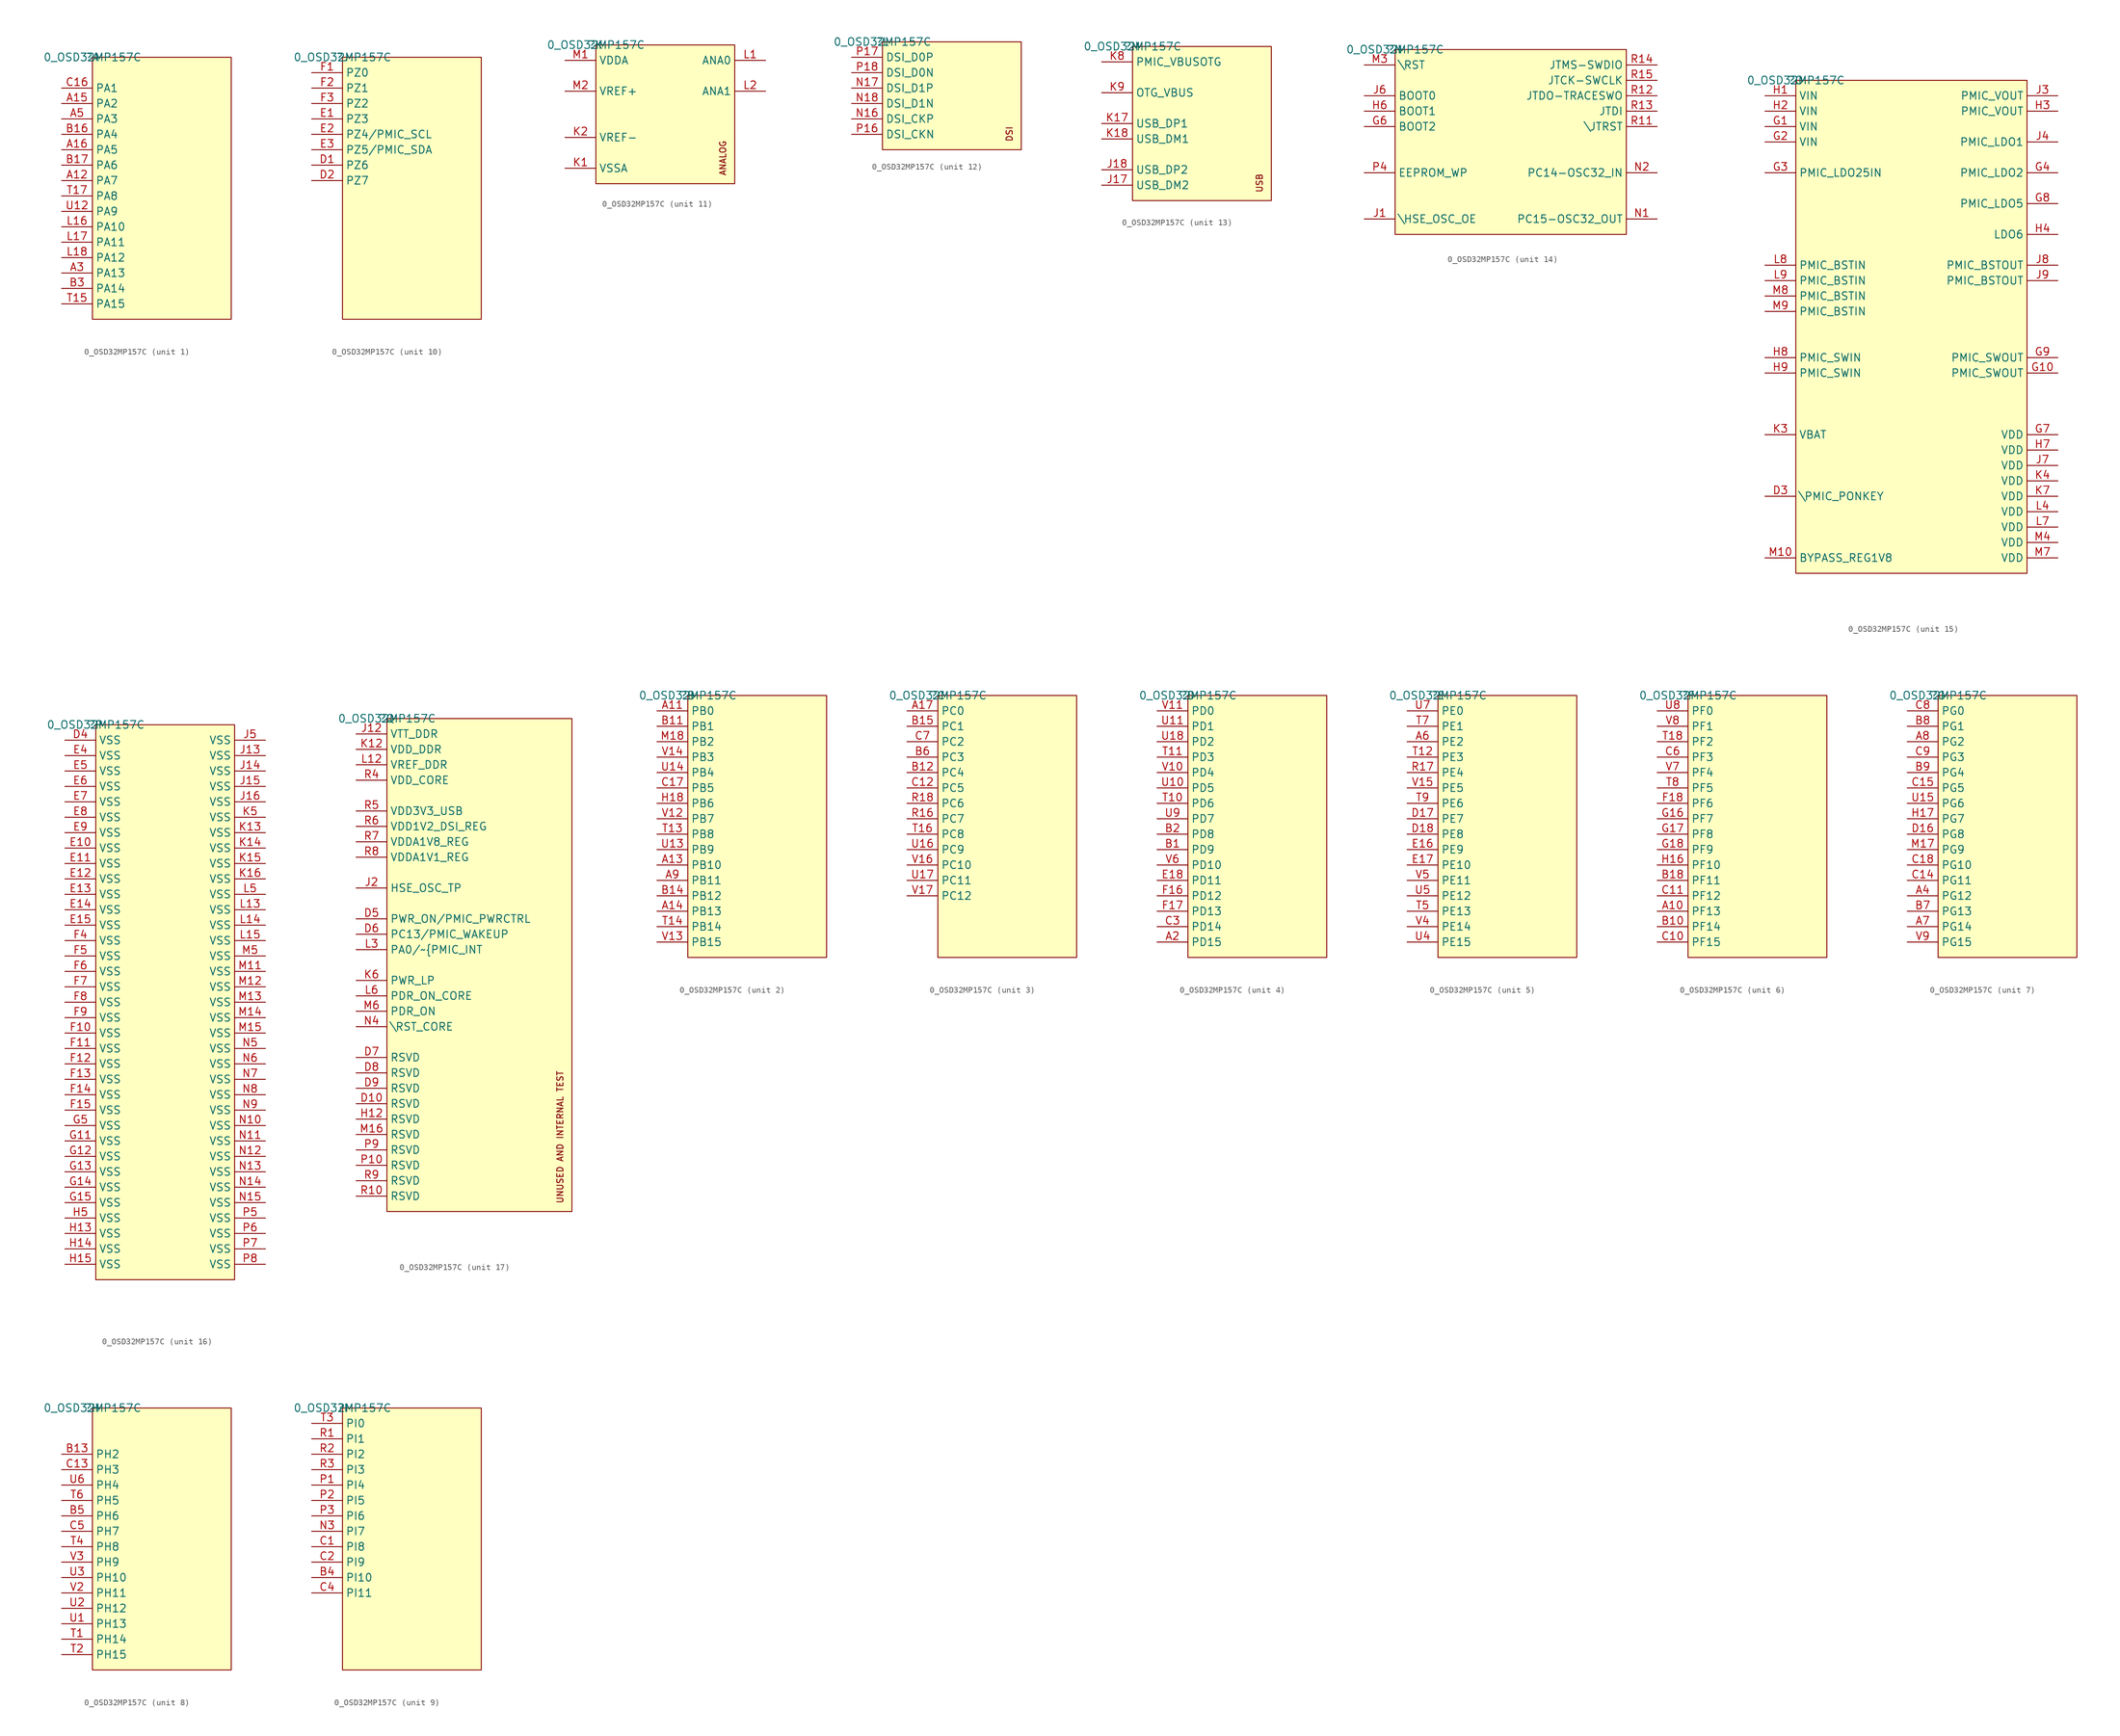
<source format=kicad_sym>
(kicad_symbol_lib
  (version 20210619)
  (generator kicad_symbol_editor)
  (symbol "OSD19001_BREAKOUTS-altium-import:0_OSD32MP157C"
    (property "Reference" ""
      (at 0 0 0)
      (effects (font (size 1.27 1.27))))
    (property "Value" "0_OSD32MP157C"
      (at 0 0 0)
      (effects (font (size 1.27 1.27))))
    (symbol "0_OSD32MP157C_1_0"
      (rectangle (start 22.86 0) (end 0 -43.18) (stroke (width 0)) (fill (type background)))
      (pin bidirectional line (at -5.08 -20.32 0) (length 5.08) (name "PA7" (effects (font (size 1.27 1.27)))) (number "A12" (effects (font (size 1.27 1.27)))))
      (pin bidirectional line (at -5.08 -7.62 0) (length 5.08) (name "PA2" (effects (font (size 1.27 1.27)))) (number "A15" (effects (font (size 1.27 1.27)))))
      (pin bidirectional line (at -5.08 -15.24 0) (length 5.08) (name "PA5" (effects (font (size 1.27 1.27)))) (number "A16" (effects (font (size 1.27 1.27)))))
      (pin bidirectional line (at -5.08 -35.56 0) (length 5.08) (name "PA13" (effects (font (size 1.27 1.27)))) (number "A3" (effects (font (size 1.27 1.27)))))
      (pin bidirectional line (at -5.08 -10.16 0) (length 5.08) (name "PA3" (effects (font (size 1.27 1.27)))) (number "A5" (effects (font (size 1.27 1.27)))))
      (pin bidirectional line (at -5.08 -12.7 0) (length 5.08) (name "PA4" (effects (font (size 1.27 1.27)))) (number "B16" (effects (font (size 1.27 1.27)))))
      (pin bidirectional line (at -5.08 -17.78 0) (length 5.08) (name "PA6" (effects (font (size 1.27 1.27)))) (number "B17" (effects (font (size 1.27 1.27)))))
      (pin bidirectional line (at -5.08 -38.1 0) (length 5.08) (name "PA14" (effects (font (size 1.27 1.27)))) (number "B3" (effects (font (size 1.27 1.27)))))
      (pin bidirectional line (at -5.08 -5.08 0) (length 5.08) (name "PA1" (effects (font (size 1.27 1.27)))) (number "C16" (effects (font (size 1.27 1.27)))))
      (pin bidirectional line (at -5.08 -27.94 0) (length 5.08) (name "PA10" (effects (font (size 1.27 1.27)))) (number "L16" (effects (font (size 1.27 1.27)))))
      (pin bidirectional line (at -5.08 -30.48 0) (length 5.08) (name "PA11" (effects (font (size 1.27 1.27)))) (number "L17" (effects (font (size 1.27 1.27)))))
      (pin bidirectional line (at -5.08 -33.02 0) (length 5.08) (name "PA12" (effects (font (size 1.27 1.27)))) (number "L18" (effects (font (size 1.27 1.27)))))
      (pin bidirectional line (at -5.08 -40.64 0) (length 5.08) (name "PA15" (effects (font (size 1.27 1.27)))) (number "T15" (effects (font (size 1.27 1.27)))))
      (pin bidirectional line (at -5.08 -22.86 0) (length 5.08) (name "PA8" (effects (font (size 1.27 1.27)))) (number "T17" (effects (font (size 1.27 1.27)))))
      (pin bidirectional line (at -5.08 -25.4 0) (length 5.08) (name "PA9" (effects (font (size 1.27 1.27)))) (number "U12" (effects (font (size 1.27 1.27))))))
    (symbol "0_OSD32MP157C_2_0"
      (rectangle (start 22.86 0) (end 0 -43.18) (stroke (width 0)) (fill (type background)))
      (pin bidirectional line (at -5.08 -2.54 0) (length 5.08) (name "PB0" (effects (font (size 1.27 1.27)))) (number "A11" (effects (font (size 1.27 1.27)))))
      (pin bidirectional line (at -5.08 -27.94 0) (length 5.08) (name "PB10" (effects (font (size 1.27 1.27)))) (number "A13" (effects (font (size 1.27 1.27)))))
      (pin bidirectional line (at -5.08 -35.56 0) (length 5.08) (name "PB13" (effects (font (size 1.27 1.27)))) (number "A14" (effects (font (size 1.27 1.27)))))
      (pin bidirectional line (at -5.08 -30.48 0) (length 5.08) (name "PB11" (effects (font (size 1.27 1.27)))) (number "A9" (effects (font (size 1.27 1.27)))))
      (pin bidirectional line (at -5.08 -5.08 0) (length 5.08) (name "PB1" (effects (font (size 1.27 1.27)))) (number "B11" (effects (font (size 1.27 1.27)))))
      (pin bidirectional line (at -5.08 -33.02 0) (length 5.08) (name "PB12" (effects (font (size 1.27 1.27)))) (number "B14" (effects (font (size 1.27 1.27)))))
      (pin bidirectional line (at -5.08 -15.24 0) (length 5.08) (name "PB5" (effects (font (size 1.27 1.27)))) (number "C17" (effects (font (size 1.27 1.27)))))
      (pin bidirectional line (at -5.08 -17.78 0) (length 5.08) (name "PB6" (effects (font (size 1.27 1.27)))) (number "H18" (effects (font (size 1.27 1.27)))))
      (pin bidirectional line (at -5.08 -7.62 0) (length 5.08) (name "PB2" (effects (font (size 1.27 1.27)))) (number "M18" (effects (font (size 1.27 1.27)))))
      (pin bidirectional line (at -5.08 -22.86 0) (length 5.08) (name "PB8" (effects (font (size 1.27 1.27)))) (number "T13" (effects (font (size 1.27 1.27)))))
      (pin bidirectional line (at -5.08 -38.1 0) (length 5.08) (name "PB14" (effects (font (size 1.27 1.27)))) (number "T14" (effects (font (size 1.27 1.27)))))
      (pin bidirectional line (at -5.08 -25.4 0) (length 5.08) (name "PB9" (effects (font (size 1.27 1.27)))) (number "U13" (effects (font (size 1.27 1.27)))))
      (pin bidirectional line (at -5.08 -12.7 0) (length 5.08) (name "PB4" (effects (font (size 1.27 1.27)))) (number "U14" (effects (font (size 1.27 1.27)))))
      (pin bidirectional line (at -5.08 -20.32 0) (length 5.08) (name "PB7" (effects (font (size 1.27 1.27)))) (number "V12" (effects (font (size 1.27 1.27)))))
      (pin bidirectional line (at -5.08 -40.64 0) (length 5.08) (name "PB15" (effects (font (size 1.27 1.27)))) (number "V13" (effects (font (size 1.27 1.27)))))
      (pin bidirectional line (at -5.08 -10.16 0) (length 5.08) (name "PB3" (effects (font (size 1.27 1.27)))) (number "V14" (effects (font (size 1.27 1.27))))))
    (symbol "0_OSD32MP157C_3_0"
      (rectangle (start 22.86 0) (end 0 -43.18) (stroke (width 0)) (fill (type background)))
      (pin bidirectional line (at -5.08 -2.54 0) (length 5.08) (name "PC0" (effects (font (size 1.27 1.27)))) (number "A17" (effects (font (size 1.27 1.27)))))
      (pin bidirectional line (at -5.08 -12.7 0) (length 5.08) (name "PC4" (effects (font (size 1.27 1.27)))) (number "B12" (effects (font (size 1.27 1.27)))))
      (pin bidirectional line (at -5.08 -5.08 0) (length 5.08) (name "PC1" (effects (font (size 1.27 1.27)))) (number "B15" (effects (font (size 1.27 1.27)))))
      (pin bidirectional line (at -5.08 -10.16 0) (length 5.08) (name "PC3" (effects (font (size 1.27 1.27)))) (number "B6" (effects (font (size 1.27 1.27)))))
      (pin bidirectional line (at -5.08 -15.24 0) (length 5.08) (name "PC5" (effects (font (size 1.27 1.27)))) (number "C12" (effects (font (size 1.27 1.27)))))
      (pin bidirectional line (at -5.08 -7.62 0) (length 5.08) (name "PC2" (effects (font (size 1.27 1.27)))) (number "C7" (effects (font (size 1.27 1.27)))))
      (pin bidirectional line (at -5.08 -20.32 0) (length 5.08) (name "PC7" (effects (font (size 1.27 1.27)))) (number "R16" (effects (font (size 1.27 1.27)))))
      (pin bidirectional line (at -5.08 -17.78 0) (length 5.08) (name "PC6" (effects (font (size 1.27 1.27)))) (number "R18" (effects (font (size 1.27 1.27)))))
      (pin bidirectional line (at -5.08 -22.86 0) (length 5.08) (name "PC8" (effects (font (size 1.27 1.27)))) (number "T16" (effects (font (size 1.27 1.27)))))
      (pin bidirectional line (at -5.08 -25.4 0) (length 5.08) (name "PC9" (effects (font (size 1.27 1.27)))) (number "U16" (effects (font (size 1.27 1.27)))))
      (pin bidirectional line (at -5.08 -30.48 0) (length 5.08) (name "PC11" (effects (font (size 1.27 1.27)))) (number "U17" (effects (font (size 1.27 1.27)))))
      (pin bidirectional line (at -5.08 -27.94 0) (length 5.08) (name "PC10" (effects (font (size 1.27 1.27)))) (number "V16" (effects (font (size 1.27 1.27)))))
      (pin bidirectional line (at -5.08 -33.02 0) (length 5.08) (name "PC12" (effects (font (size 1.27 1.27)))) (number "V17" (effects (font (size 1.27 1.27))))))
    (symbol "0_OSD32MP157C_4_0"
      (rectangle (start 22.86 0) (end 0 -43.18) (stroke (width 0)) (fill (type background)))
      (pin bidirectional line (at -5.08 -40.64 0) (length 5.08) (name "PD15" (effects (font (size 1.27 1.27)))) (number "A2" (effects (font (size 1.27 1.27)))))
      (pin bidirectional line (at -5.08 -25.4 0) (length 5.08) (name "PD9" (effects (font (size 1.27 1.27)))) (number "B1" (effects (font (size 1.27 1.27)))))
      (pin bidirectional line (at -5.08 -22.86 0) (length 5.08) (name "PD8" (effects (font (size 1.27 1.27)))) (number "B2" (effects (font (size 1.27 1.27)))))
      (pin bidirectional line (at -5.08 -38.1 0) (length 5.08) (name "PD14" (effects (font (size 1.27 1.27)))) (number "C3" (effects (font (size 1.27 1.27)))))
      (pin bidirectional line (at -5.08 -30.48 0) (length 5.08) (name "PD11" (effects (font (size 1.27 1.27)))) (number "E18" (effects (font (size 1.27 1.27)))))
      (pin bidirectional line (at -5.08 -33.02 0) (length 5.08) (name "PD12" (effects (font (size 1.27 1.27)))) (number "F16" (effects (font (size 1.27 1.27)))))
      (pin bidirectional line (at -5.08 -35.56 0) (length 5.08) (name "PD13" (effects (font (size 1.27 1.27)))) (number "F17" (effects (font (size 1.27 1.27)))))
      (pin bidirectional line (at -5.08 -17.78 0) (length 5.08) (name "PD6" (effects (font (size 1.27 1.27)))) (number "T10" (effects (font (size 1.27 1.27)))))
      (pin bidirectional line (at -5.08 -10.16 0) (length 5.08) (name "PD3" (effects (font (size 1.27 1.27)))) (number "T11" (effects (font (size 1.27 1.27)))))
      (pin bidirectional line (at -5.08 -15.24 0) (length 5.08) (name "PD5" (effects (font (size 1.27 1.27)))) (number "U10" (effects (font (size 1.27 1.27)))))
      (pin bidirectional line (at -5.08 -5.08 0) (length 5.08) (name "PD1" (effects (font (size 1.27 1.27)))) (number "U11" (effects (font (size 1.27 1.27)))))
      (pin bidirectional line (at -5.08 -7.62 0) (length 5.08) (name "PD2" (effects (font (size 1.27 1.27)))) (number "U18" (effects (font (size 1.27 1.27)))))
      (pin bidirectional line (at -5.08 -20.32 0) (length 5.08) (name "PD7" (effects (font (size 1.27 1.27)))) (number "U9" (effects (font (size 1.27 1.27)))))
      (pin bidirectional line (at -5.08 -12.7 0) (length 5.08) (name "PD4" (effects (font (size 1.27 1.27)))) (number "V10" (effects (font (size 1.27 1.27)))))
      (pin bidirectional line (at -5.08 -2.54 0) (length 5.08) (name "PD0" (effects (font (size 1.27 1.27)))) (number "V11" (effects (font (size 1.27 1.27)))))
      (pin bidirectional line (at -5.08 -27.94 0) (length 5.08) (name "PD10" (effects (font (size 1.27 1.27)))) (number "V6" (effects (font (size 1.27 1.27))))))
    (symbol "0_OSD32MP157C_5_0"
      (rectangle (start 22.86 0) (end 0 -43.18) (stroke (width 0)) (fill (type background)))
      (pin bidirectional line (at -5.08 -7.62 0) (length 5.08) (name "PE2" (effects (font (size 1.27 1.27)))) (number "A6" (effects (font (size 1.27 1.27)))))
      (pin bidirectional line (at -5.08 -20.32 0) (length 5.08) (name "PE7" (effects (font (size 1.27 1.27)))) (number "D17" (effects (font (size 1.27 1.27)))))
      (pin bidirectional line (at -5.08 -22.86 0) (length 5.08) (name "PE8" (effects (font (size 1.27 1.27)))) (number "D18" (effects (font (size 1.27 1.27)))))
      (pin bidirectional line (at -5.08 -25.4 0) (length 5.08) (name "PE9" (effects (font (size 1.27 1.27)))) (number "E16" (effects (font (size 1.27 1.27)))))
      (pin bidirectional line (at -5.08 -27.94 0) (length 5.08) (name "PE10" (effects (font (size 1.27 1.27)))) (number "E17" (effects (font (size 1.27 1.27)))))
      (pin bidirectional line (at -5.08 -12.7 0) (length 5.08) (name "PE4" (effects (font (size 1.27 1.27)))) (number "R17" (effects (font (size 1.27 1.27)))))
      (pin bidirectional line (at -5.08 -10.16 0) (length 5.08) (name "PE3" (effects (font (size 1.27 1.27)))) (number "T12" (effects (font (size 1.27 1.27)))))
      (pin bidirectional line (at -5.08 -35.56 0) (length 5.08) (name "PE13" (effects (font (size 1.27 1.27)))) (number "T5" (effects (font (size 1.27 1.27)))))
      (pin bidirectional line (at -5.08 -5.08 0) (length 5.08) (name "PE1" (effects (font (size 1.27 1.27)))) (number "T7" (effects (font (size 1.27 1.27)))))
      (pin bidirectional line (at -5.08 -17.78 0) (length 5.08) (name "PE6" (effects (font (size 1.27 1.27)))) (number "T9" (effects (font (size 1.27 1.27)))))
      (pin bidirectional line (at -5.08 -40.64 0) (length 5.08) (name "PE15" (effects (font (size 1.27 1.27)))) (number "U4" (effects (font (size 1.27 1.27)))))
      (pin bidirectional line (at -5.08 -33.02 0) (length 5.08) (name "PE12" (effects (font (size 1.27 1.27)))) (number "U5" (effects (font (size 1.27 1.27)))))
      (pin bidirectional line (at -5.08 -2.54 0) (length 5.08) (name "PE0" (effects (font (size 1.27 1.27)))) (number "U7" (effects (font (size 1.27 1.27)))))
      (pin bidirectional line (at -5.08 -15.24 0) (length 5.08) (name "PE5" (effects (font (size 1.27 1.27)))) (number "V15" (effects (font (size 1.27 1.27)))))
      (pin bidirectional line (at -5.08 -38.1 0) (length 5.08) (name "PE14" (effects (font (size 1.27 1.27)))) (number "V4" (effects (font (size 1.27 1.27)))))
      (pin bidirectional line (at -5.08 -30.48 0) (length 5.08) (name "PE11" (effects (font (size 1.27 1.27)))) (number "V5" (effects (font (size 1.27 1.27))))))
    (symbol "0_OSD32MP157C_6_0"
      (rectangle (start 22.86 0) (end 0 -43.18) (stroke (width 0)) (fill (type background)))
      (pin bidirectional line (at -5.08 -35.56 0) (length 5.08) (name "PF13" (effects (font (size 1.27 1.27)))) (number "A10" (effects (font (size 1.27 1.27)))))
      (pin bidirectional line (at -5.08 -38.1 0) (length 5.08) (name "PF14" (effects (font (size 1.27 1.27)))) (number "B10" (effects (font (size 1.27 1.27)))))
      (pin bidirectional line (at -5.08 -30.48 0) (length 5.08) (name "PF11" (effects (font (size 1.27 1.27)))) (number "B18" (effects (font (size 1.27 1.27)))))
      (pin bidirectional line (at -5.08 -40.64 0) (length 5.08) (name "PF15" (effects (font (size 1.27 1.27)))) (number "C10" (effects (font (size 1.27 1.27)))))
      (pin bidirectional line (at -5.08 -33.02 0) (length 5.08) (name "PF12" (effects (font (size 1.27 1.27)))) (number "C11" (effects (font (size 1.27 1.27)))))
      (pin bidirectional line (at -5.08 -10.16 0) (length 5.08) (name "PF3" (effects (font (size 1.27 1.27)))) (number "C6" (effects (font (size 1.27 1.27)))))
      (pin bidirectional line (at -5.08 -17.78 0) (length 5.08) (name "PF6" (effects (font (size 1.27 1.27)))) (number "F18" (effects (font (size 1.27 1.27)))))
      (pin bidirectional line (at -5.08 -20.32 0) (length 5.08) (name "PF7" (effects (font (size 1.27 1.27)))) (number "G16" (effects (font (size 1.27 1.27)))))
      (pin bidirectional line (at -5.08 -22.86 0) (length 5.08) (name "PF8" (effects (font (size 1.27 1.27)))) (number "G17" (effects (font (size 1.27 1.27)))))
      (pin bidirectional line (at -5.08 -25.4 0) (length 5.08) (name "PF9" (effects (font (size 1.27 1.27)))) (number "G18" (effects (font (size 1.27 1.27)))))
      (pin bidirectional line (at -5.08 -27.94 0) (length 5.08) (name "PF10" (effects (font (size 1.27 1.27)))) (number "H16" (effects (font (size 1.27 1.27)))))
      (pin bidirectional line (at -5.08 -7.62 0) (length 5.08) (name "PF2" (effects (font (size 1.27 1.27)))) (number "T18" (effects (font (size 1.27 1.27)))))
      (pin bidirectional line (at -5.08 -15.24 0) (length 5.08) (name "PF5" (effects (font (size 1.27 1.27)))) (number "T8" (effects (font (size 1.27 1.27)))))
      (pin bidirectional line (at -5.08 -2.54 0) (length 5.08) (name "PF0" (effects (font (size 1.27 1.27)))) (number "U8" (effects (font (size 1.27 1.27)))))
      (pin bidirectional line (at -5.08 -12.7 0) (length 5.08) (name "PF4" (effects (font (size 1.27 1.27)))) (number "V7" (effects (font (size 1.27 1.27)))))
      (pin bidirectional line (at -5.08 -5.08 0) (length 5.08) (name "PF1" (effects (font (size 1.27 1.27)))) (number "V8" (effects (font (size 1.27 1.27))))))
    (symbol "0_OSD32MP157C_7_0"
      (rectangle (start 22.86 0) (end 0 -43.18) (stroke (width 0)) (fill (type background)))
      (pin bidirectional line (at -5.08 -33.02 0) (length 5.08) (name "PG12" (effects (font (size 1.27 1.27)))) (number "A4" (effects (font (size 1.27 1.27)))))
      (pin bidirectional line (at -5.08 -38.1 0) (length 5.08) (name "PG14" (effects (font (size 1.27 1.27)))) (number "A7" (effects (font (size 1.27 1.27)))))
      (pin bidirectional line (at -5.08 -7.62 0) (length 5.08) (name "PG2" (effects (font (size 1.27 1.27)))) (number "A8" (effects (font (size 1.27 1.27)))))
      (pin bidirectional line (at -5.08 -35.56 0) (length 5.08) (name "PG13" (effects (font (size 1.27 1.27)))) (number "B7" (effects (font (size 1.27 1.27)))))
      (pin bidirectional line (at -5.08 -5.08 0) (length 5.08) (name "PG1" (effects (font (size 1.27 1.27)))) (number "B8" (effects (font (size 1.27 1.27)))))
      (pin bidirectional line (at -5.08 -12.7 0) (length 5.08) (name "PG4" (effects (font (size 1.27 1.27)))) (number "B9" (effects (font (size 1.27 1.27)))))
      (pin bidirectional line (at -5.08 -30.48 0) (length 5.08) (name "PG11" (effects (font (size 1.27 1.27)))) (number "C14" (effects (font (size 1.27 1.27)))))
      (pin bidirectional line (at -5.08 -15.24 0) (length 5.08) (name "PG5" (effects (font (size 1.27 1.27)))) (number "C15" (effects (font (size 1.27 1.27)))))
      (pin bidirectional line (at -5.08 -27.94 0) (length 5.08) (name "PG10" (effects (font (size 1.27 1.27)))) (number "C18" (effects (font (size 1.27 1.27)))))
      (pin bidirectional line (at -5.08 -2.54 0) (length 5.08) (name "PG0" (effects (font (size 1.27 1.27)))) (number "C8" (effects (font (size 1.27 1.27)))))
      (pin bidirectional line (at -5.08 -10.16 0) (length 5.08) (name "PG3" (effects (font (size 1.27 1.27)))) (number "C9" (effects (font (size 1.27 1.27)))))
      (pin bidirectional line (at -5.08 -22.86 0) (length 5.08) (name "PG8" (effects (font (size 1.27 1.27)))) (number "D16" (effects (font (size 1.27 1.27)))))
      (pin bidirectional line (at -5.08 -20.32 0) (length 5.08) (name "PG7" (effects (font (size 1.27 1.27)))) (number "H17" (effects (font (size 1.27 1.27)))))
      (pin bidirectional line (at -5.08 -25.4 0) (length 5.08) (name "PG9" (effects (font (size 1.27 1.27)))) (number "M17" (effects (font (size 1.27 1.27)))))
      (pin bidirectional line (at -5.08 -17.78 0) (length 5.08) (name "PG6" (effects (font (size 1.27 1.27)))) (number "U15" (effects (font (size 1.27 1.27)))))
      (pin bidirectional line (at -5.08 -40.64 0) (length 5.08) (name "PG15" (effects (font (size 1.27 1.27)))) (number "V9" (effects (font (size 1.27 1.27))))))
    (symbol "0_OSD32MP157C_8_0"
      (rectangle (start 22.86 0) (end 0 -43.18) (stroke (width 0)) (fill (type background)))
      (pin bidirectional line (at -5.08 -7.62 0) (length 5.08) (name "PH2" (effects (font (size 1.27 1.27)))) (number "B13" (effects (font (size 1.27 1.27)))))
      (pin bidirectional line (at -5.08 -17.78 0) (length 5.08) (name "PH6" (effects (font (size 1.27 1.27)))) (number "B5" (effects (font (size 1.27 1.27)))))
      (pin bidirectional line (at -5.08 -10.16 0) (length 5.08) (name "PH3" (effects (font (size 1.27 1.27)))) (number "C13" (effects (font (size 1.27 1.27)))))
      (pin bidirectional line (at -5.08 -20.32 0) (length 5.08) (name "PH7" (effects (font (size 1.27 1.27)))) (number "C5" (effects (font (size 1.27 1.27)))))
      (pin bidirectional line (at -5.08 -38.1 0) (length 5.08) (name "PH14" (effects (font (size 1.27 1.27)))) (number "T1" (effects (font (size 1.27 1.27)))))
      (pin bidirectional line (at -5.08 -40.64 0) (length 5.08) (name "PH15" (effects (font (size 1.27 1.27)))) (number "T2" (effects (font (size 1.27 1.27)))))
      (pin bidirectional line (at -5.08 -22.86 0) (length 5.08) (name "PH8" (effects (font (size 1.27 1.27)))) (number "T4" (effects (font (size 1.27 1.27)))))
      (pin bidirectional line (at -5.08 -15.24 0) (length 5.08) (name "PH5" (effects (font (size 1.27 1.27)))) (number "T6" (effects (font (size 1.27 1.27)))))
      (pin bidirectional line (at -5.08 -35.56 0) (length 5.08) (name "PH13" (effects (font (size 1.27 1.27)))) (number "U1" (effects (font (size 1.27 1.27)))))
      (pin bidirectional line (at -5.08 -33.02 0) (length 5.08) (name "PH12" (effects (font (size 1.27 1.27)))) (number "U2" (effects (font (size 1.27 1.27)))))
      (pin bidirectional line (at -5.08 -27.94 0) (length 5.08) (name "PH10" (effects (font (size 1.27 1.27)))) (number "U3" (effects (font (size 1.27 1.27)))))
      (pin bidirectional line (at -5.08 -12.7 0) (length 5.08) (name "PH4" (effects (font (size 1.27 1.27)))) (number "U6" (effects (font (size 1.27 1.27)))))
      (pin bidirectional line (at -5.08 -30.48 0) (length 5.08) (name "PH11" (effects (font (size 1.27 1.27)))) (number "V2" (effects (font (size 1.27 1.27)))))
      (pin bidirectional line (at -5.08 -25.4 0) (length 5.08) (name "PH9" (effects (font (size 1.27 1.27)))) (number "V3" (effects (font (size 1.27 1.27))))))
    (symbol "0_OSD32MP157C_9_0"
      (rectangle (start 22.86 0) (end 0 -43.18) (stroke (width 0)) (fill (type background)))
      (pin bidirectional line (at -5.08 -27.94 0) (length 5.08) (name "PI10" (effects (font (size 1.27 1.27)))) (number "B4" (effects (font (size 1.27 1.27)))))
      (pin bidirectional line (at -5.08 -22.86 0) (length 5.08) (name "PI8" (effects (font (size 1.27 1.27)))) (number "C1" (effects (font (size 1.27 1.27)))))
      (pin bidirectional line (at -5.08 -25.4 0) (length 5.08) (name "PI9" (effects (font (size 1.27 1.27)))) (number "C2" (effects (font (size 1.27 1.27)))))
      (pin bidirectional line (at -5.08 -30.48 0) (length 5.08) (name "PI11" (effects (font (size 1.27 1.27)))) (number "C4" (effects (font (size 1.27 1.27)))))
      (pin bidirectional line (at -5.08 -20.32 0) (length 5.08) (name "PI7" (effects (font (size 1.27 1.27)))) (number "N3" (effects (font (size 1.27 1.27)))))
      (pin bidirectional line (at -5.08 -12.7 0) (length 5.08) (name "PI4" (effects (font (size 1.27 1.27)))) (number "P1" (effects (font (size 1.27 1.27)))))
      (pin bidirectional line (at -5.08 -15.24 0) (length 5.08) (name "PI5" (effects (font (size 1.27 1.27)))) (number "P2" (effects (font (size 1.27 1.27)))))
      (pin bidirectional line (at -5.08 -17.78 0) (length 5.08) (name "PI6" (effects (font (size 1.27 1.27)))) (number "P3" (effects (font (size 1.27 1.27)))))
      (pin bidirectional line (at -5.08 -5.08 0) (length 5.08) (name "PI1" (effects (font (size 1.27 1.27)))) (number "R1" (effects (font (size 1.27 1.27)))))
      (pin bidirectional line (at -5.08 -7.62 0) (length 5.08) (name "PI2" (effects (font (size 1.27 1.27)))) (number "R2" (effects (font (size 1.27 1.27)))))
      (pin bidirectional line (at -5.08 -10.16 0) (length 5.08) (name "PI3" (effects (font (size 1.27 1.27)))) (number "R3" (effects (font (size 1.27 1.27)))))
      (pin bidirectional line (at -5.08 -2.54 0) (length 5.08) (name "PI0" (effects (font (size 1.27 1.27)))) (number "T3" (effects (font (size 1.27 1.27))))))
    (symbol "0_OSD32MP157C_10_0"
      (rectangle (start 22.86 0) (end 0 -43.18) (stroke (width 0)) (fill (type background)))
      (pin bidirectional line (at -5.08 -17.78 0) (length 5.08) (name "PZ6" (effects (font (size 1.27 1.27)))) (number "D1" (effects (font (size 1.27 1.27)))))
      (pin bidirectional line (at -5.08 -20.32 0) (length 5.08) (name "PZ7" (effects (font (size 1.27 1.27)))) (number "D2" (effects (font (size 1.27 1.27)))))
      (pin bidirectional line (at -5.08 -10.16 0) (length 5.08) (name "PZ3" (effects (font (size 1.27 1.27)))) (number "E1" (effects (font (size 1.27 1.27)))))
      (pin bidirectional line (at -5.08 -12.7 0) (length 5.08) (name "PZ4/PMIC_SCL" (effects (font (size 1.27 1.27)))) (number "E2" (effects (font (size 1.27 1.27)))))
      (pin bidirectional line (at -5.08 -15.24 0) (length 5.08) (name "PZ5/PMIC_SDA" (effects (font (size 1.27 1.27)))) (number "E3" (effects (font (size 1.27 1.27)))))
      (pin bidirectional line (at -5.08 -2.54 0) (length 5.08) (name "PZ0" (effects (font (size 1.27 1.27)))) (number "F1" (effects (font (size 1.27 1.27)))))
      (pin bidirectional line (at -5.08 -5.08 0) (length 5.08) (name "PZ1" (effects (font (size 1.27 1.27)))) (number "F2" (effects (font (size 1.27 1.27)))))
      (pin bidirectional line (at -5.08 -7.62 0) (length 5.08) (name "PZ2" (effects (font (size 1.27 1.27)))) (number "F3" (effects (font (size 1.27 1.27))))))
    (symbol "0_OSD32MP157C_11_0"
      (text "ANALOG" (at 20.32 -21.59 900) (effects (font (size 1.016 1.016)) (justify left top)))
      (rectangle (start 22.86 0) (end 0 -22.86) (stroke (width 0)) (fill (type background)))
      (pin passive line (at -5.08 -20.32 0) (length 5.08) (name "VSSA" (effects (font (size 1.27 1.27)))) (number "K1" (effects (font (size 1.27 1.27)))))
      (pin passive line (at -5.08 -15.24 0) (length 5.08) (name "VREF-" (effects (font (size 1.27 1.27)))) (number "K2" (effects (font (size 1.27 1.27)))))
      (pin input line (at 27.94 -2.54 180) (length 5.08) (name "ANA0" (effects (font (size 1.27 1.27)))) (number "L1" (effects (font (size 1.27 1.27)))))
      (pin input line (at 27.94 -7.62 180) (length 5.08) (name "ANA1" (effects (font (size 1.27 1.27)))) (number "L2" (effects (font (size 1.27 1.27)))))
      (pin passive line (at -5.08 -2.54 0) (length 5.08) (name "VDDA" (effects (font (size 1.27 1.27)))) (number "M1" (effects (font (size 1.27 1.27)))))
      (pin passive line (at -5.08 -7.62 0) (length 5.08) (name "VREF+" (effects (font (size 1.27 1.27)))) (number "M2" (effects (font (size 1.27 1.27))))))
    (symbol "0_OSD32MP157C_12_0"
      (text "DSI" (at 20.32 -16.51 900) (effects (font (size 1.016 1.016)) (justify left top)))
      (rectangle (start 22.86 0) (end 0 -17.78) (stroke (width 0)) (fill (type background)))
      (pin output line (at -5.08 -12.7 0) (length 5.08) (name "DSI_CKP" (effects (font (size 1.27 1.27)))) (number "N16" (effects (font (size 1.27 1.27)))))
      (pin output line (at -5.08 -7.62 0) (length 5.08) (name "DSI_D1P" (effects (font (size 1.27 1.27)))) (number "N17" (effects (font (size 1.27 1.27)))))
      (pin output line (at -5.08 -10.16 0) (length 5.08) (name "DSI_D1N" (effects (font (size 1.27 1.27)))) (number "N18" (effects (font (size 1.27 1.27)))))
      (pin output line (at -5.08 -15.24 0) (length 5.08) (name "DSI_CKN" (effects (font (size 1.27 1.27)))) (number "P16" (effects (font (size 1.27 1.27)))))
      (pin output line (at -5.08 -2.54 0) (length 5.08) (name "DSI_D0P" (effects (font (size 1.27 1.27)))) (number "P17" (effects (font (size 1.27 1.27)))))
      (pin output line (at -5.08 -5.08 0) (length 5.08) (name "DSI_D0N" (effects (font (size 1.27 1.27)))) (number "P18" (effects (font (size 1.27 1.27))))))
    (symbol "0_OSD32MP157C_13_0"
      (text "USB" (at 20.32 -24.13 900) (effects (font (size 1.016 1.016)) (justify left top)))
      (rectangle (start 22.86 0) (end 0 -25.4) (stroke (width 0)) (fill (type background)))
      (pin bidirectional line (at -5.08 -22.86 0) (length 5.08) (name "USB_DM2" (effects (font (size 1.27 1.27)))) (number "J17" (effects (font (size 1.27 1.27)))))
      (pin bidirectional line (at -5.08 -20.32 0) (length 5.08) (name "USB_DP2" (effects (font (size 1.27 1.27)))) (number "J18" (effects (font (size 1.27 1.27)))))
      (pin bidirectional line (at -5.08 -12.7 0) (length 5.08) (name "USB_DP1" (effects (font (size 1.27 1.27)))) (number "K17" (effects (font (size 1.27 1.27)))))
      (pin bidirectional line (at -5.08 -15.24 0) (length 5.08) (name "USB_DM1" (effects (font (size 1.27 1.27)))) (number "K18" (effects (font (size 1.27 1.27)))))
      (pin passive line (at -5.08 -2.54 0) (length 5.08) (name "PMIC_VBUSOTG" (effects (font (size 1.27 1.27)))) (number "K8" (effects (font (size 1.27 1.27)))))
      (pin passive line (at -5.08 -7.62 0) (length 5.08) (name "OTG_VBUS" (effects (font (size 1.27 1.27)))) (number "K9" (effects (font (size 1.27 1.27))))))
    (symbol "0_OSD32MP157C_14_0"
      (rectangle (start 38.1 0) (end 0 -30.48) (stroke (width 0)) (fill (type background)))
      (pin input line (at -5.08 -12.7 0) (length 5.08) (name "BOOT2" (effects (font (size 1.27 1.27)))) (number "G6" (effects (font (size 1.27 1.27)))))
      (pin input line (at -5.08 -10.16 0) (length 5.08) (name "BOOT1" (effects (font (size 1.27 1.27)))) (number "H6" (effects (font (size 1.27 1.27)))))
      (pin input line (at -5.08 -27.94 0) (length 5.08) (name "\\HSE_OSC_OE" (effects (font (size 1.27 1.27)))) (number "J1" (effects (font (size 1.27 1.27)))))
      (pin input line (at -5.08 -7.62 0) (length 5.08) (name "BOOT0" (effects (font (size 1.27 1.27)))) (number "J6" (effects (font (size 1.27 1.27)))))
      (pin bidirectional line (at -5.08 -2.54 0) (length 5.08) (name "\\RST" (effects (font (size 1.27 1.27)))) (number "M3" (effects (font (size 1.27 1.27)))))
      (pin passive line (at 43.18 -27.94 180) (length 5.08) (name "PC15-OSC32_OUT" (effects (font (size 1.27 1.27)))) (number "N1" (effects (font (size 1.27 1.27)))))
      (pin passive line (at 43.18 -20.32 180) (length 5.08) (name "PC14-OSC32_IN" (effects (font (size 1.27 1.27)))) (number "N2" (effects (font (size 1.27 1.27)))))
      (pin input line (at -5.08 -20.32 0) (length 5.08) (name "EEPROM_WP" (effects (font (size 1.27 1.27)))) (number "P4" (effects (font (size 1.27 1.27)))))
      (pin input line (at 43.18 -12.7 180) (length 5.08) (name "\\JTRST" (effects (font (size 1.27 1.27)))) (number "R11" (effects (font (size 1.27 1.27)))))
      (pin output line (at 43.18 -7.62 180) (length 5.08) (name "JTDO-TRACESWO" (effects (font (size 1.27 1.27)))) (number "R12" (effects (font (size 1.27 1.27)))))
      (pin input line (at 43.18 -10.16 180) (length 5.08) (name "JTDI" (effects (font (size 1.27 1.27)))) (number "R13" (effects (font (size 1.27 1.27)))))
      (pin bidirectional line (at 43.18 -2.54 180) (length 5.08) (name "JTMS-SWDIO" (effects (font (size 1.27 1.27)))) (number "R14" (effects (font (size 1.27 1.27)))))
      (pin input line (at 43.18 -5.08 180) (length 5.08) (name "JTCK-SWCLK" (effects (font (size 1.27 1.27)))) (number "R15" (effects (font (size 1.27 1.27))))))
    (symbol "0_OSD32MP157C_15_0"
      (rectangle (start 38.1 0) (end 0 -81.28) (stroke (width 0)) (fill (type background)))
      (pin input line (at -5.08 -68.58 0) (length 5.08) (name "\\PMIC_PONKEY" (effects (font (size 1.27 1.27)))) (number "D3" (effects (font (size 1.27 1.27)))))
      (pin power_in line (at -5.08 -7.62 0) (length 5.08) (name "VIN" (effects (font (size 1.27 1.27)))) (number "G1" (effects (font (size 1.27 1.27)))))
      (pin passive line (at 43.18 -48.26 180) (length 5.08) (name "PMIC_SWOUT" (effects (font (size 1.27 1.27)))) (number "G10" (effects (font (size 1.27 1.27)))))
      (pin power_in line (at -5.08 -10.16 0) (length 5.08) (name "VIN" (effects (font (size 1.27 1.27)))) (number "G2" (effects (font (size 1.27 1.27)))))
      (pin power_in line (at -5.08 -15.24 0) (length 5.08) (name "PMIC_LDO25IN" (effects (font (size 1.27 1.27)))) (number "G3" (effects (font (size 1.27 1.27)))))
      (pin passive line (at 43.18 -15.24 180) (length 5.08) (name "PMIC_LDO2" (effects (font (size 1.27 1.27)))) (number "G4" (effects (font (size 1.27 1.27)))))
      (pin passive line (at 43.18 -58.42 180) (length 5.08) (name "VDD" (effects (font (size 1.27 1.27)))) (number "G7" (effects (font (size 1.27 1.27)))))
      (pin passive line (at 43.18 -20.32 180) (length 5.08) (name "PMIC_LDO5" (effects (font (size 1.27 1.27)))) (number "G8" (effects (font (size 1.27 1.27)))))
      (pin passive line (at 43.18 -45.72 180) (length 5.08) (name "PMIC_SWOUT" (effects (font (size 1.27 1.27)))) (number "G9" (effects (font (size 1.27 1.27)))))
      (pin power_in line (at -5.08 -2.54 0) (length 5.08) (name "VIN" (effects (font (size 1.27 1.27)))) (number "H1" (effects (font (size 1.27 1.27)))))
      (pin power_in line (at -5.08 -5.08 0) (length 5.08) (name "VIN" (effects (font (size 1.27 1.27)))) (number "H2" (effects (font (size 1.27 1.27)))))
      (pin passive line (at 43.18 -5.08 180) (length 5.08) (name "PMIC_VOUT" (effects (font (size 1.27 1.27)))) (number "H3" (effects (font (size 1.27 1.27)))))
      (pin passive line (at 43.18 -25.4 180) (length 5.08) (name "LDO6" (effects (font (size 1.27 1.27)))) (number "H4" (effects (font (size 1.27 1.27)))))
      (pin passive line (at 43.18 -60.96 180) (length 5.08) (name "VDD" (effects (font (size 1.27 1.27)))) (number "H7" (effects (font (size 1.27 1.27)))))
      (pin passive line (at -5.08 -45.72 0) (length 5.08) (name "PMIC_SWIN" (effects (font (size 1.27 1.27)))) (number "H8" (effects (font (size 1.27 1.27)))))
      (pin passive line (at -5.08 -48.26 0) (length 5.08) (name "PMIC_SWIN" (effects (font (size 1.27 1.27)))) (number "H9" (effects (font (size 1.27 1.27)))))
      (pin passive line (at 43.18 -2.54 180) (length 5.08) (name "PMIC_VOUT" (effects (font (size 1.27 1.27)))) (number "J3" (effects (font (size 1.27 1.27)))))
      (pin passive line (at 43.18 -10.16 180) (length 5.08) (name "PMIC_LDO1" (effects (font (size 1.27 1.27)))) (number "J4" (effects (font (size 1.27 1.27)))))
      (pin passive line (at 43.18 -63.5 180) (length 5.08) (name "VDD" (effects (font (size 1.27 1.27)))) (number "J7" (effects (font (size 1.27 1.27)))))
      (pin passive line (at 43.18 -30.48 180) (length 5.08) (name "PMIC_BSTOUT" (effects (font (size 1.27 1.27)))) (number "J8" (effects (font (size 1.27 1.27)))))
      (pin passive line (at 43.18 -33.02 180) (length 5.08) (name "PMIC_BSTOUT" (effects (font (size 1.27 1.27)))) (number "J9" (effects (font (size 1.27 1.27)))))
      (pin power_in line (at -5.08 -58.42 0) (length 5.08) (name "VBAT" (effects (font (size 1.27 1.27)))) (number "K3" (effects (font (size 1.27 1.27)))))
      (pin passive line (at 43.18 -66.04 180) (length 5.08) (name "VDD" (effects (font (size 1.27 1.27)))) (number "K4" (effects (font (size 1.27 1.27)))))
      (pin passive line (at 43.18 -68.58 180) (length 5.08) (name "VDD" (effects (font (size 1.27 1.27)))) (number "K7" (effects (font (size 1.27 1.27)))))
      (pin passive line (at 43.18 -71.12 180) (length 5.08) (name "VDD" (effects (font (size 1.27 1.27)))) (number "L4" (effects (font (size 1.27 1.27)))))
      (pin passive line (at 43.18 -73.66 180) (length 5.08) (name "VDD" (effects (font (size 1.27 1.27)))) (number "L7" (effects (font (size 1.27 1.27)))))
      (pin power_in line (at -5.08 -30.48 0) (length 5.08) (name "PMIC_BSTIN" (effects (font (size 1.27 1.27)))) (number "L8" (effects (font (size 1.27 1.27)))))
      (pin power_in line (at -5.08 -33.02 0) (length 5.08) (name "PMIC_BSTIN" (effects (font (size 1.27 1.27)))) (number "L9" (effects (font (size 1.27 1.27)))))
      (pin input line (at -5.08 -78.74 0) (length 5.08) (name "BYPASS_REG1V8" (effects (font (size 1.27 1.27)))) (number "M10" (effects (font (size 1.27 1.27)))))
      (pin passive line (at 43.18 -76.2 180) (length 5.08) (name "VDD" (effects (font (size 1.27 1.27)))) (number "M4" (effects (font (size 1.27 1.27)))))
      (pin passive line (at 43.18 -78.74 180) (length 5.08) (name "VDD" (effects (font (size 1.27 1.27)))) (number "M7" (effects (font (size 1.27 1.27)))))
      (pin power_in line (at -5.08 -35.56 0) (length 5.08) (name "PMIC_BSTIN" (effects (font (size 1.27 1.27)))) (number "M8" (effects (font (size 1.27 1.27)))))
      (pin power_in line (at -5.08 -38.1 0) (length 5.08) (name "PMIC_BSTIN" (effects (font (size 1.27 1.27)))) (number "M9" (effects (font (size 1.27 1.27))))))
    (symbol "0_OSD32MP157C_16_0"
      (rectangle (start 22.86 0) (end 0 -91.44) (stroke (width 0)) (fill (type background)))
      (pin power_in line (at -5.08 -2.54 0) (length 5.08) (name "VSS" (effects (font (size 1.27 1.27)))) (number "D4" (effects (font (size 1.27 1.27)))))
      (pin power_in line (at -5.08 -20.32 0) (length 5.08) (name "VSS" (effects (font (size 1.27 1.27)))) (number "E10" (effects (font (size 1.27 1.27)))))
      (pin power_in line (at -5.08 -22.86 0) (length 5.08) (name "VSS" (effects (font (size 1.27 1.27)))) (number "E11" (effects (font (size 1.27 1.27)))))
      (pin power_in line (at -5.08 -25.4 0) (length 5.08) (name "VSS" (effects (font (size 1.27 1.27)))) (number "E12" (effects (font (size 1.27 1.27)))))
      (pin power_in line (at -5.08 -27.94 0) (length 5.08) (name "VSS" (effects (font (size 1.27 1.27)))) (number "E13" (effects (font (size 1.27 1.27)))))
      (pin power_in line (at -5.08 -30.48 0) (length 5.08) (name "VSS" (effects (font (size 1.27 1.27)))) (number "E14" (effects (font (size 1.27 1.27)))))
      (pin power_in line (at -5.08 -33.02 0) (length 5.08) (name "VSS" (effects (font (size 1.27 1.27)))) (number "E15" (effects (font (size 1.27 1.27)))))
      (pin power_in line (at -5.08 -5.08 0) (length 5.08) (name "VSS" (effects (font (size 1.27 1.27)))) (number "E4" (effects (font (size 1.27 1.27)))))
      (pin power_in line (at -5.08 -7.62 0) (length 5.08) (name "VSS" (effects (font (size 1.27 1.27)))) (number "E5" (effects (font (size 1.27 1.27)))))
      (pin power_in line (at -5.08 -10.16 0) (length 5.08) (name "VSS" (effects (font (size 1.27 1.27)))) (number "E6" (effects (font (size 1.27 1.27)))))
      (pin power_in line (at -5.08 -12.7 0) (length 5.08) (name "VSS" (effects (font (size 1.27 1.27)))) (number "E7" (effects (font (size 1.27 1.27)))))
      (pin power_in line (at -5.08 -15.24 0) (length 5.08) (name "VSS" (effects (font (size 1.27 1.27)))) (number "E8" (effects (font (size 1.27 1.27)))))
      (pin power_in line (at -5.08 -17.78 0) (length 5.08) (name "VSS" (effects (font (size 1.27 1.27)))) (number "E9" (effects (font (size 1.27 1.27)))))
      (pin power_in line (at -5.08 -50.8 0) (length 5.08) (name "VSS" (effects (font (size 1.27 1.27)))) (number "F10" (effects (font (size 1.27 1.27)))))
      (pin power_in line (at -5.08 -53.34 0) (length 5.08) (name "VSS" (effects (font (size 1.27 1.27)))) (number "F11" (effects (font (size 1.27 1.27)))))
      (pin power_in line (at -5.08 -55.88 0) (length 5.08) (name "VSS" (effects (font (size 1.27 1.27)))) (number "F12" (effects (font (size 1.27 1.27)))))
      (pin power_in line (at -5.08 -58.42 0) (length 5.08) (name "VSS" (effects (font (size 1.27 1.27)))) (number "F13" (effects (font (size 1.27 1.27)))))
      (pin power_in line (at -5.08 -60.96 0) (length 5.08) (name "VSS" (effects (font (size 1.27 1.27)))) (number "F14" (effects (font (size 1.27 1.27)))))
      (pin power_in line (at -5.08 -63.5 0) (length 5.08) (name "VSS" (effects (font (size 1.27 1.27)))) (number "F15" (effects (font (size 1.27 1.27)))))
      (pin power_in line (at -5.08 -35.56 0) (length 5.08) (name "VSS" (effects (font (size 1.27 1.27)))) (number "F4" (effects (font (size 1.27 1.27)))))
      (pin power_in line (at -5.08 -38.1 0) (length 5.08) (name "VSS" (effects (font (size 1.27 1.27)))) (number "F5" (effects (font (size 1.27 1.27)))))
      (pin power_in line (at -5.08 -40.64 0) (length 5.08) (name "VSS" (effects (font (size 1.27 1.27)))) (number "F6" (effects (font (size 1.27 1.27)))))
      (pin power_in line (at -5.08 -43.18 0) (length 5.08) (name "VSS" (effects (font (size 1.27 1.27)))) (number "F7" (effects (font (size 1.27 1.27)))))
      (pin power_in line (at -5.08 -45.72 0) (length 5.08) (name "VSS" (effects (font (size 1.27 1.27)))) (number "F8" (effects (font (size 1.27 1.27)))))
      (pin power_in line (at -5.08 -48.26 0) (length 5.08) (name "VSS" (effects (font (size 1.27 1.27)))) (number "F9" (effects (font (size 1.27 1.27)))))
      (pin power_in line (at -5.08 -68.58 0) (length 5.08) (name "VSS" (effects (font (size 1.27 1.27)))) (number "G11" (effects (font (size 1.27 1.27)))))
      (pin power_in line (at -5.08 -71.12 0) (length 5.08) (name "VSS" (effects (font (size 1.27 1.27)))) (number "G12" (effects (font (size 1.27 1.27)))))
      (pin power_in line (at -5.08 -73.66 0) (length 5.08) (name "VSS" (effects (font (size 1.27 1.27)))) (number "G13" (effects (font (size 1.27 1.27)))))
      (pin power_in line (at -5.08 -76.2 0) (length 5.08) (name "VSS" (effects (font (size 1.27 1.27)))) (number "G14" (effects (font (size 1.27 1.27)))))
      (pin power_in line (at -5.08 -78.74 0) (length 5.08) (name "VSS" (effects (font (size 1.27 1.27)))) (number "G15" (effects (font (size 1.27 1.27)))))
      (pin power_in line (at -5.08 -66.04 0) (length 5.08) (name "VSS" (effects (font (size 1.27 1.27)))) (number "G5" (effects (font (size 1.27 1.27)))))
      (pin power_in line (at -5.08 -83.82 0) (length 5.08) (name "VSS" (effects (font (size 1.27 1.27)))) (number "H13" (effects (font (size 1.27 1.27)))))
      (pin power_in line (at -5.08 -86.36 0) (length 5.08) (name "VSS" (effects (font (size 1.27 1.27)))) (number "H14" (effects (font (size 1.27 1.27)))))
      (pin power_in line (at -5.08 -88.9 0) (length 5.08) (name "VSS" (effects (font (size 1.27 1.27)))) (number "H15" (effects (font (size 1.27 1.27)))))
      (pin power_in line (at -5.08 -81.28 0) (length 5.08) (name "VSS" (effects (font (size 1.27 1.27)))) (number "H5" (effects (font (size 1.27 1.27)))))
      (pin power_in line (at 27.94 -5.08 180) (length 5.08) (name "VSS" (effects (font (size 1.27 1.27)))) (number "J13" (effects (font (size 1.27 1.27)))))
      (pin power_in line (at 27.94 -7.62 180) (length 5.08) (name "VSS" (effects (font (size 1.27 1.27)))) (number "J14" (effects (font (size 1.27 1.27)))))
      (pin power_in line (at 27.94 -10.16 180) (length 5.08) (name "VSS" (effects (font (size 1.27 1.27)))) (number "J15" (effects (font (size 1.27 1.27)))))
      (pin power_in line (at 27.94 -12.7 180) (length 5.08) (name "VSS" (effects (font (size 1.27 1.27)))) (number "J16" (effects (font (size 1.27 1.27)))))
      (pin power_in line (at 27.94 -2.54 180) (length 5.08) (name "VSS" (effects (font (size 1.27 1.27)))) (number "J5" (effects (font (size 1.27 1.27)))))
      (pin power_in line (at 27.94 -17.78 180) (length 5.08) (name "VSS" (effects (font (size 1.27 1.27)))) (number "K13" (effects (font (size 1.27 1.27)))))
      (pin power_in line (at 27.94 -20.32 180) (length 5.08) (name "VSS" (effects (font (size 1.27 1.27)))) (number "K14" (effects (font (size 1.27 1.27)))))
      (pin power_in line (at 27.94 -22.86 180) (length 5.08) (name "VSS" (effects (font (size 1.27 1.27)))) (number "K15" (effects (font (size 1.27 1.27)))))
      (pin power_in line (at 27.94 -25.4 180) (length 5.08) (name "VSS" (effects (font (size 1.27 1.27)))) (number "K16" (effects (font (size 1.27 1.27)))))
      (pin power_in line (at 27.94 -15.24 180) (length 5.08) (name "VSS" (effects (font (size 1.27 1.27)))) (number "K5" (effects (font (size 1.27 1.27)))))
      (pin power_in line (at 27.94 -30.48 180) (length 5.08) (name "VSS" (effects (font (size 1.27 1.27)))) (number "L13" (effects (font (size 1.27 1.27)))))
      (pin power_in line (at 27.94 -33.02 180) (length 5.08) (name "VSS" (effects (font (size 1.27 1.27)))) (number "L14" (effects (font (size 1.27 1.27)))))
      (pin power_in line (at 27.94 -35.56 180) (length 5.08) (name "VSS" (effects (font (size 1.27 1.27)))) (number "L15" (effects (font (size 1.27 1.27)))))
      (pin power_in line (at 27.94 -27.94 180) (length 5.08) (name "VSS" (effects (font (size 1.27 1.27)))) (number "L5" (effects (font (size 1.27 1.27)))))
      (pin power_in line (at 27.94 -40.64 180) (length 5.08) (name "VSS" (effects (font (size 1.27 1.27)))) (number "M11" (effects (font (size 1.27 1.27)))))
      (pin power_in line (at 27.94 -43.18 180) (length 5.08) (name "VSS" (effects (font (size 1.27 1.27)))) (number "M12" (effects (font (size 1.27 1.27)))))
      (pin power_in line (at 27.94 -45.72 180) (length 5.08) (name "VSS" (effects (font (size 1.27 1.27)))) (number "M13" (effects (font (size 1.27 1.27)))))
      (pin power_in line (at 27.94 -48.26 180) (length 5.08) (name "VSS" (effects (font (size 1.27 1.27)))) (number "M14" (effects (font (size 1.27 1.27)))))
      (pin power_in line (at 27.94 -50.8 180) (length 5.08) (name "VSS" (effects (font (size 1.27 1.27)))) (number "M15" (effects (font (size 1.27 1.27)))))
      (pin power_in line (at 27.94 -38.1 180) (length 5.08) (name "VSS" (effects (font (size 1.27 1.27)))) (number "M5" (effects (font (size 1.27 1.27)))))
      (pin power_in line (at 27.94 -66.04 180) (length 5.08) (name "VSS" (effects (font (size 1.27 1.27)))) (number "N10" (effects (font (size 1.27 1.27)))))
      (pin power_in line (at 27.94 -68.58 180) (length 5.08) (name "VSS" (effects (font (size 1.27 1.27)))) (number "N11" (effects (font (size 1.27 1.27)))))
      (pin power_in line (at 27.94 -71.12 180) (length 5.08) (name "VSS" (effects (font (size 1.27 1.27)))) (number "N12" (effects (font (size 1.27 1.27)))))
      (pin power_in line (at 27.94 -73.66 180) (length 5.08) (name "VSS" (effects (font (size 1.27 1.27)))) (number "N13" (effects (font (size 1.27 1.27)))))
      (pin power_in line (at 27.94 -76.2 180) (length 5.08) (name "VSS" (effects (font (size 1.27 1.27)))) (number "N14" (effects (font (size 1.27 1.27)))))
      (pin power_in line (at 27.94 -78.74 180) (length 5.08) (name "VSS" (effects (font (size 1.27 1.27)))) (number "N15" (effects (font (size 1.27 1.27)))))
      (pin power_in line (at 27.94 -53.34 180) (length 5.08) (name "VSS" (effects (font (size 1.27 1.27)))) (number "N5" (effects (font (size 1.27 1.27)))))
      (pin power_in line (at 27.94 -55.88 180) (length 5.08) (name "VSS" (effects (font (size 1.27 1.27)))) (number "N6" (effects (font (size 1.27 1.27)))))
      (pin power_in line (at 27.94 -58.42 180) (length 5.08) (name "VSS" (effects (font (size 1.27 1.27)))) (number "N7" (effects (font (size 1.27 1.27)))))
      (pin power_in line (at 27.94 -60.96 180) (length 5.08) (name "VSS" (effects (font (size 1.27 1.27)))) (number "N8" (effects (font (size 1.27 1.27)))))
      (pin power_in line (at 27.94 -63.5 180) (length 5.08) (name "VSS" (effects (font (size 1.27 1.27)))) (number "N9" (effects (font (size 1.27 1.27)))))
      (pin power_in line (at 27.94 -81.28 180) (length 5.08) (name "VSS" (effects (font (size 1.27 1.27)))) (number "P5" (effects (font (size 1.27 1.27)))))
      (pin power_in line (at 27.94 -83.82 180) (length 5.08) (name "VSS" (effects (font (size 1.27 1.27)))) (number "P6" (effects (font (size 1.27 1.27)))))
      (pin power_in line (at 27.94 -86.36 180) (length 5.08) (name "VSS" (effects (font (size 1.27 1.27)))) (number "P7" (effects (font (size 1.27 1.27)))))
      (pin power_in line (at 27.94 -88.9 180) (length 5.08) (name "VSS" (effects (font (size 1.27 1.27)))) (number "P8" (effects (font (size 1.27 1.27))))))
    (symbol "0_OSD32MP157C_17_0"
      (text "UNUSED AND INTERNAL TEST" (at 27.94 -80.01 900) (effects (font (size 1.016 1.016)) (justify left top)))
      (rectangle (start 30.48 0) (end 0 -81.28) (stroke (width 0)) (fill (type background)))
      (pin passive line (at -5.08 -63.5 0) (length 5.08) (name "RSVD" (effects (font (size 1.27 1.27)))) (number "D10" (effects (font (size 1.27 1.27)))))
      (pin passive line (at -5.08 -33.02 0) (length 5.08) (name "PWR_ON/PMIC_PWRCTRL" (effects (font (size 1.27 1.27)))) (number "D5" (effects (font (size 1.27 1.27)))))
      (pin passive line (at -5.08 -35.56 0) (length 5.08) (name "PC13/PMIC_WAKEUP" (effects (font (size 1.27 1.27)))) (number "D6" (effects (font (size 1.27 1.27)))))
      (pin passive line (at -5.08 -55.88 0) (length 5.08) (name "RSVD" (effects (font (size 1.27 1.27)))) (number "D7" (effects (font (size 1.27 1.27)))))
      (pin passive line (at -5.08 -58.42 0) (length 5.08) (name "RSVD" (effects (font (size 1.27 1.27)))) (number "D8" (effects (font (size 1.27 1.27)))))
      (pin passive line (at -5.08 -60.96 0) (length 5.08) (name "RSVD" (effects (font (size 1.27 1.27)))) (number "D9" (effects (font (size 1.27 1.27)))))
      (pin passive line (at -5.08 -66.04 0) (length 5.08) (name "RSVD" (effects (font (size 1.27 1.27)))) (number "H12" (effects (font (size 1.27 1.27)))))
      (pin passive line (at -5.08 -2.54 0) (length 5.08) (name "VTT_DDR" (effects (font (size 1.27 1.27)))) (number "J12" (effects (font (size 1.27 1.27)))))
      (pin passive line (at -5.08 -27.94 0) (length 5.08) (name "HSE_OSC_TP" (effects (font (size 1.27 1.27)))) (number "J2" (effects (font (size 1.27 1.27)))))
      (pin passive line (at -5.08 -5.08 0) (length 5.08) (name "VDD_DDR" (effects (font (size 1.27 1.27)))) (number "K12" (effects (font (size 1.27 1.27)))))
      (pin passive line (at -5.08 -43.18 0) (length 5.08) (name "PWR_LP" (effects (font (size 1.27 1.27)))) (number "K6" (effects (font (size 1.27 1.27)))))
      (pin passive line (at -5.08 -7.62 0) (length 5.08) (name "VREF_DDR" (effects (font (size 1.27 1.27)))) (number "L12" (effects (font (size 1.27 1.27)))))
      (pin passive line (at -5.08 -38.1 0) (length 5.08) (name "PA0/~{PMIC_INT" (effects (font (size 1.27 1.27)))) (number "L3" (effects (font (size 1.27 1.27)))))
      (pin passive line (at -5.08 -45.72 0) (length 5.08) (name "PDR_ON_CORE" (effects (font (size 1.27 1.27)))) (number "L6" (effects (font (size 1.27 1.27)))))
      (pin passive line (at -5.08 -68.58 0) (length 5.08) (name "RSVD" (effects (font (size 1.27 1.27)))) (number "M16" (effects (font (size 1.27 1.27)))))
      (pin passive line (at -5.08 -48.26 0) (length 5.08) (name "PDR_ON" (effects (font (size 1.27 1.27)))) (number "M6" (effects (font (size 1.27 1.27)))))
      (pin passive line (at -5.08 -50.8 0) (length 5.08) (name "\\RST_CORE" (effects (font (size 1.27 1.27)))) (number "N4" (effects (font (size 1.27 1.27)))))
      (pin passive line (at -5.08 -73.66 0) (length 5.08) (name "RSVD" (effects (font (size 1.27 1.27)))) (number "P10" (effects (font (size 1.27 1.27)))))
      (pin passive line (at -5.08 -71.12 0) (length 5.08) (name "RSVD" (effects (font (size 1.27 1.27)))) (number "P9" (effects (font (size 1.27 1.27)))))
      (pin passive line (at -5.08 -78.74 0) (length 5.08) (name "RSVD" (effects (font (size 1.27 1.27)))) (number "R10" (effects (font (size 1.27 1.27)))))
      (pin passive line (at -5.08 -10.16 0) (length 5.08) (name "VDD_CORE" (effects (font (size 1.27 1.27)))) (number "R4" (effects (font (size 1.27 1.27)))))
      (pin passive line (at -5.08 -15.24 0) (length 5.08) (name "VDD3V3_USB" (effects (font (size 1.27 1.27)))) (number "R5" (effects (font (size 1.27 1.27)))))
      (pin passive line (at -5.08 -17.78 0) (length 5.08) (name "VDD1V2_DSI_REG" (effects (font (size 1.27 1.27)))) (number "R6" (effects (font (size 1.27 1.27)))))
      (pin passive line (at -5.08 -20.32 0) (length 5.08) (name "VDDA1V8_REG" (effects (font (size 1.27 1.27)))) (number "R7" (effects (font (size 1.27 1.27)))))
      (pin passive line (at -5.08 -22.86 0) (length 5.08) (name "VDDA1V1_REG" (effects (font (size 1.27 1.27)))) (number "R8" (effects (font (size 1.27 1.27)))))
      (pin passive line (at -5.08 -76.2 0) (length 5.08) (name "RSVD" (effects (font (size 1.27 1.27)))) (number "R9" (effects (font (size 1.27 1.27))))))))
</source>
